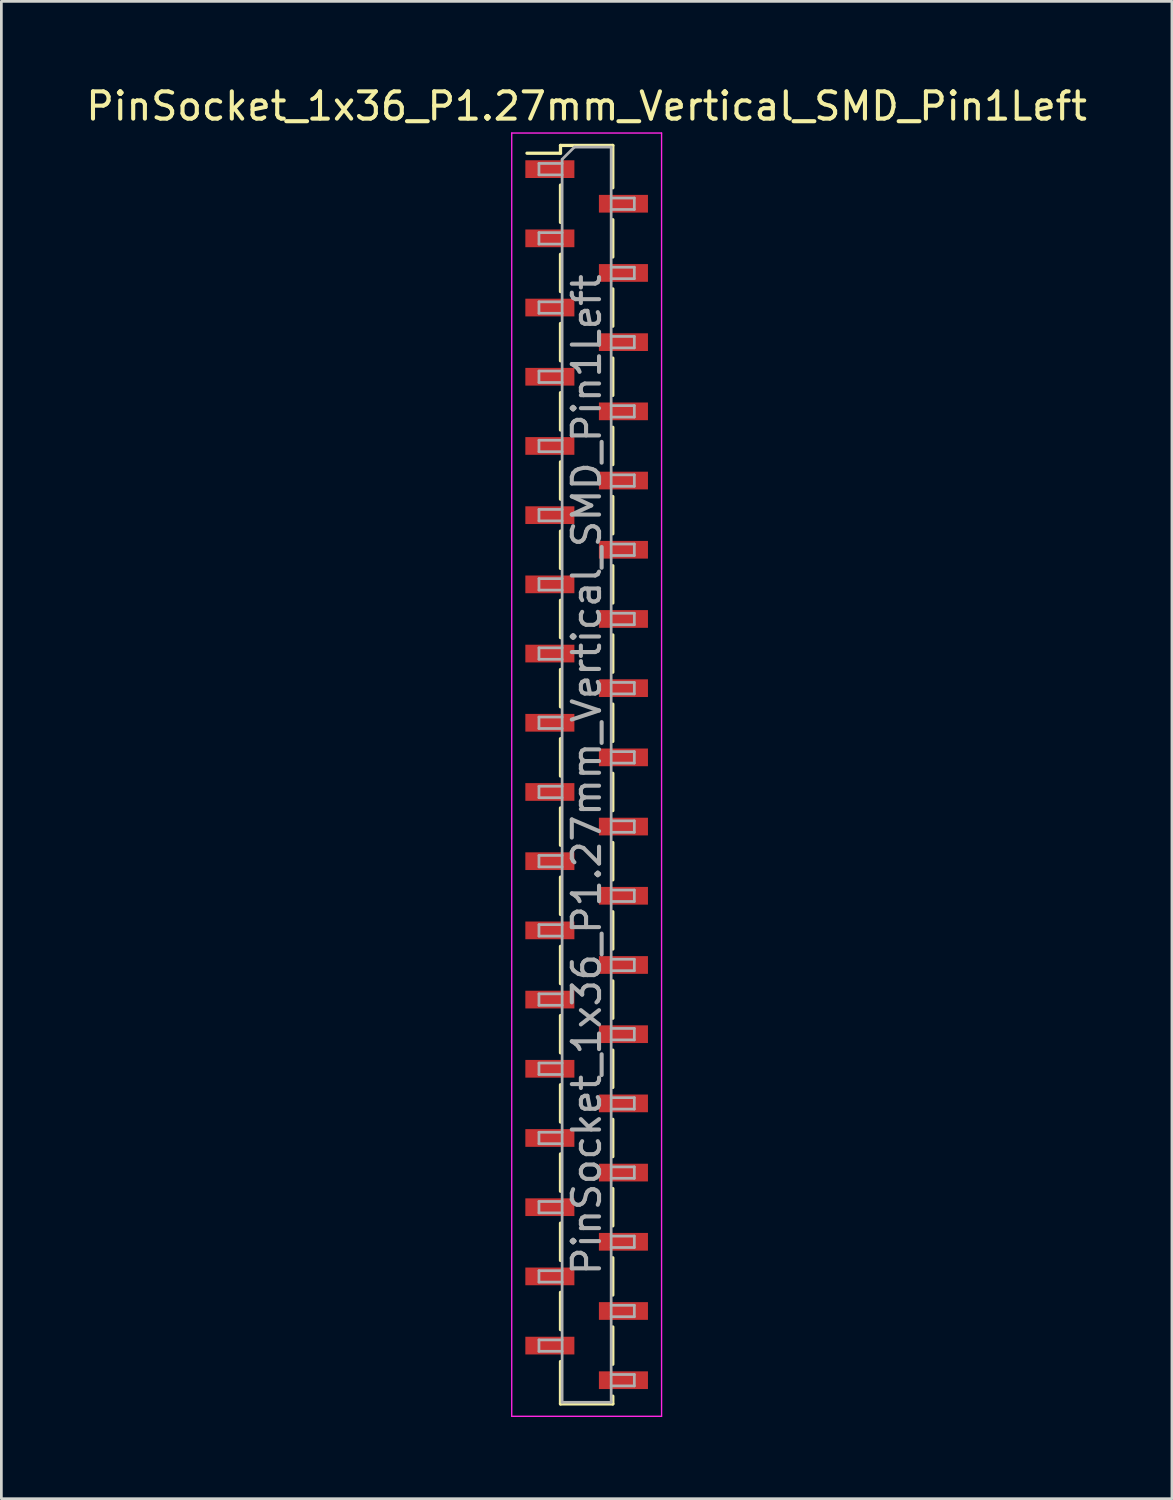
<source format=kicad_pcb>
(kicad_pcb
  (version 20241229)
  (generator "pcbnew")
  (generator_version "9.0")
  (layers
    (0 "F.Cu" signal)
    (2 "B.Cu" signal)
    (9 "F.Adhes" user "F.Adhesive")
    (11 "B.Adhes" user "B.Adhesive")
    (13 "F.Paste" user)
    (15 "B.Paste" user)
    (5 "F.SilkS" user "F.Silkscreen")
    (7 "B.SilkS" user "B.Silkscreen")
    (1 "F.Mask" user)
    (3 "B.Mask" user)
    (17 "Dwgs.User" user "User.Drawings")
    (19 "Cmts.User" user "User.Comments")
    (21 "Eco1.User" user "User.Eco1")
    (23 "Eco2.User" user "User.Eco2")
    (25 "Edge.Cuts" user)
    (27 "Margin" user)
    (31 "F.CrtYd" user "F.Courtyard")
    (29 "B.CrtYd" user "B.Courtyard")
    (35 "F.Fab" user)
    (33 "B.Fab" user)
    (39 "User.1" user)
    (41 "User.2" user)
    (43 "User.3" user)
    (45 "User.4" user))
  (footprint "PinSocket_1x36_P1.27mm_Vertical_SMD_Pin1Left"
    (layer "F.Cu")
    (at 18.482 25.383)
    (property "Reference" "PinSocket_1x36_P1.27mm_Vertical_SMD_Pin1Left" (at 0 -24.535 0) (layer "F.SilkS") (effects (font (size 1 1) (thickness 0.15))))
    (attr smd)
    (fp_line (start -2.19 -22.81) (end -0.96 -22.81) (stroke (width 0.12) (type solid)) (layer "F.SilkS"))
    (fp_line (start -0.96 -23.095) (end -0.96 -22.81) (stroke (width 0.12) (type solid)) (layer "F.SilkS"))
    (fp_line (start -0.96 -23.095) (end 0.96 -23.095) (stroke (width 0.12) (type solid)) (layer "F.SilkS"))
    (fp_line (start -0.96 -21.64) (end -0.96 -20.27) (stroke (width 0.12) (type solid)) (layer "F.SilkS"))
    (fp_line (start -0.96 -19.1) (end -0.96 -17.73) (stroke (width 0.12) (type solid)) (layer "F.SilkS"))
    (fp_line (start -0.96 -16.56) (end -0.96 -15.19) (stroke (width 0.12) (type solid)) (layer "F.SilkS"))
    (fp_line (start -0.96 -14.02) (end -0.96 -12.65) (stroke (width 0.12) (type solid)) (layer "F.SilkS"))
    (fp_line (start -0.96 -11.48) (end -0.96 -10.11) (stroke (width 0.12) (type solid)) (layer "F.SilkS"))
    (fp_line (start -0.96 -8.94) (end -0.96 -7.57) (stroke (width 0.12) (type solid)) (layer "F.SilkS"))
    (fp_line (start -0.96 -6.4) (end -0.96 -5.03) (stroke (width 0.12) (type solid)) (layer "F.SilkS"))
    (fp_line (start -0.96 -3.86) (end -0.96 -2.49) (stroke (width 0.12) (type solid)) (layer "F.SilkS"))
    (fp_line (start -0.96 -1.32) (end -0.96 0.05) (stroke (width 0.12) (type solid)) (layer "F.SilkS"))
    (fp_line (start -0.96 1.22) (end -0.96 2.59) (stroke (width 0.12) (type solid)) (layer "F.SilkS"))
    (fp_line (start -0.96 3.76) (end -0.96 5.13) (stroke (width 0.12) (type solid)) (layer "F.SilkS"))
    (fp_line (start -0.96 6.3) (end -0.96 7.67) (stroke (width 0.12) (type solid)) (layer "F.SilkS"))
    (fp_line (start -0.96 8.84) (end -0.96 10.21) (stroke (width 0.12) (type solid)) (layer "F.SilkS"))
    (fp_line (start -0.96 11.38) (end -0.96 12.75) (stroke (width 0.12) (type solid)) (layer "F.SilkS"))
    (fp_line (start -0.96 13.92) (end -0.96 15.29) (stroke (width 0.12) (type solid)) (layer "F.SilkS"))
    (fp_line (start -0.96 16.46) (end -0.96 17.83) (stroke (width 0.12) (type solid)) (layer "F.SilkS"))
    (fp_line (start -0.96 19) (end -0.96 20.37) (stroke (width 0.12) (type solid)) (layer "F.SilkS"))
    (fp_line (start -0.96 21.54) (end -0.96 23.095) (stroke (width 0.12) (type solid)) (layer "F.SilkS"))
    (fp_line (start -0.96 23.095) (end 0.96 23.095) (stroke (width 0.12) (type solid)) (layer "F.SilkS"))
    (fp_line (start 0.96 -23.095) (end 0.96 -21.54) (stroke (width 0.12) (type solid)) (layer "F.SilkS"))
    (fp_line (start 0.96 -20.37) (end 0.96 -19) (stroke (width 0.12) (type solid)) (layer "F.SilkS"))
    (fp_line (start 0.96 -17.83) (end 0.96 -16.46) (stroke (width 0.12) (type solid)) (layer "F.SilkS"))
    (fp_line (start 0.96 -15.29) (end 0.96 -13.92) (stroke (width 0.12) (type solid)) (layer "F.SilkS"))
    (fp_line (start 0.96 -12.75) (end 0.96 -11.38) (stroke (width 0.12) (type solid)) (layer "F.SilkS"))
    (fp_line (start 0.96 -10.21) (end 0.96 -8.84) (stroke (width 0.12) (type solid)) (layer "F.SilkS"))
    (fp_line (start 0.96 -7.67) (end 0.96 -6.3) (stroke (width 0.12) (type solid)) (layer "F.SilkS"))
    (fp_line (start 0.96 -5.13) (end 0.96 -3.76) (stroke (width 0.12) (type solid)) (layer "F.SilkS"))
    (fp_line (start 0.96 -2.59) (end 0.96 -1.22) (stroke (width 0.12) (type solid)) (layer "F.SilkS"))
    (fp_line (start 0.96 -0.05) (end 0.96 1.32) (stroke (width 0.12) (type solid)) (layer "F.SilkS"))
    (fp_line (start 0.96 2.49) (end 0.96 3.86) (stroke (width 0.12) (type solid)) (layer "F.SilkS"))
    (fp_line (start 0.96 5.03) (end 0.96 6.4) (stroke (width 0.12) (type solid)) (layer "F.SilkS"))
    (fp_line (start 0.96 7.57) (end 0.96 8.94) (stroke (width 0.12) (type solid)) (layer "F.SilkS"))
    (fp_line (start 0.96 10.11) (end 0.96 11.48) (stroke (width 0.12) (type solid)) (layer "F.SilkS"))
    (fp_line (start 0.96 12.65) (end 0.96 14.02) (stroke (width 0.12) (type solid)) (layer "F.SilkS"))
    (fp_line (start 0.96 15.19) (end 0.96 16.56) (stroke (width 0.12) (type solid)) (layer "F.SilkS"))
    (fp_line (start 0.96 17.73) (end 0.96 19.1) (stroke (width 0.12) (type solid)) (layer "F.SilkS"))
    (fp_line (start 0.96 20.27) (end 0.96 21.64) (stroke (width 0.12) (type solid)) (layer "F.SilkS"))
    (fp_line (start 0.96 22.81) (end 0.96 23.095) (stroke (width 0.12) (type solid)) (layer "F.SilkS"))
    (fp_line (start -2.75 -23.55) (end 2.75 -23.55) (stroke (width 0.05) (type solid)) (layer "F.CrtYd"))
    (fp_line (start -2.75 23.55) (end -2.75 -23.55) (stroke (width 0.05) (type solid)) (layer "F.CrtYd"))
    (fp_line (start 2.75 -23.55) (end 2.75 23.55) (stroke (width 0.05) (type solid)) (layer "F.CrtYd"))
    (fp_line (start 2.75 23.55) (end -2.75 23.55) (stroke (width 0.05) (type solid)) (layer "F.CrtYd"))
    (fp_line (start -1.75 -22.435) (end -0.9 -22.435) (stroke (width 0.1) (type solid)) (layer "F.Fab"))
    (fp_line (start -1.75 -22.015) (end -1.75 -22.435) (stroke (width 0.1) (type solid)) (layer "F.Fab"))
    (fp_line (start -1.75 -19.895) (end -0.9 -19.895) (stroke (width 0.1) (type solid)) (layer "F.Fab"))
    (fp_line (start -1.75 -19.475) (end -1.75 -19.895) (stroke (width 0.1) (type solid)) (layer "F.Fab"))
    (fp_line (start -1.75 -17.355) (end -0.9 -17.355) (stroke (width 0.1) (type solid)) (layer "F.Fab"))
    (fp_line (start -1.75 -16.935) (end -1.75 -17.355) (stroke (width 0.1) (type solid)) (layer "F.Fab"))
    (fp_line (start -1.75 -14.815) (end -0.9 -14.815) (stroke (width 0.1) (type solid)) (layer "F.Fab"))
    (fp_line (start -1.75 -14.395) (end -1.75 -14.815) (stroke (width 0.1) (type solid)) (layer "F.Fab"))
    (fp_line (start -1.75 -12.275) (end -0.9 -12.275) (stroke (width 0.1) (type solid)) (layer "F.Fab"))
    (fp_line (start -1.75 -11.855) (end -1.75 -12.275) (stroke (width 0.1) (type solid)) (layer "F.Fab"))
    (fp_line (start -1.75 -9.735) (end -0.9 -9.735) (stroke (width 0.1) (type solid)) (layer "F.Fab"))
    (fp_line (start -1.75 -9.315) (end -1.75 -9.735) (stroke (width 0.1) (type solid)) (layer "F.Fab"))
    (fp_line (start -1.75 -7.195) (end -0.9 -7.195) (stroke (width 0.1) (type solid)) (layer "F.Fab"))
    (fp_line (start -1.75 -6.775) (end -1.75 -7.195) (stroke (width 0.1) (type solid)) (layer "F.Fab"))
    (fp_line (start -1.75 -4.655) (end -0.9 -4.655) (stroke (width 0.1) (type solid)) (layer "F.Fab"))
    (fp_line (start -1.75 -4.235) (end -1.75 -4.655) (stroke (width 0.1) (type solid)) (layer "F.Fab"))
    (fp_line (start -1.75 -2.115) (end -0.9 -2.115) (stroke (width 0.1) (type solid)) (layer "F.Fab"))
    (fp_line (start -1.75 -1.695) (end -1.75 -2.115) (stroke (width 0.1) (type solid)) (layer "F.Fab"))
    (fp_line (start -1.75 0.425) (end -0.9 0.425) (stroke (width 0.1) (type solid)) (layer "F.Fab"))
    (fp_line (start -1.75 0.845) (end -1.75 0.425) (stroke (width 0.1) (type solid)) (layer "F.Fab"))
    (fp_line (start -1.75 2.965) (end -0.9 2.965) (stroke (width 0.1) (type solid)) (layer "F.Fab"))
    (fp_line (start -1.75 3.385) (end -1.75 2.965) (stroke (width 0.1) (type solid)) (layer "F.Fab"))
    (fp_line (start -1.75 5.505) (end -0.9 5.505) (stroke (width 0.1) (type solid)) (layer "F.Fab"))
    (fp_line (start -1.75 5.925) (end -1.75 5.505) (stroke (width 0.1) (type solid)) (layer "F.Fab"))
    (fp_line (start -1.75 8.045) (end -0.9 8.045) (stroke (width 0.1) (type solid)) (layer "F.Fab"))
    (fp_line (start -1.75 8.465) (end -1.75 8.045) (stroke (width 0.1) (type solid)) (layer "F.Fab"))
    (fp_line (start -1.75 10.585) (end -0.9 10.585) (stroke (width 0.1) (type solid)) (layer "F.Fab"))
    (fp_line (start -1.75 11.005) (end -1.75 10.585) (stroke (width 0.1) (type solid)) (layer "F.Fab"))
    (fp_line (start -1.75 13.125) (end -0.9 13.125) (stroke (width 0.1) (type solid)) (layer "F.Fab"))
    (fp_line (start -1.75 13.545) (end -1.75 13.125) (stroke (width 0.1) (type solid)) (layer "F.Fab"))
    (fp_line (start -1.75 15.665) (end -0.9 15.665) (stroke (width 0.1) (type solid)) (layer "F.Fab"))
    (fp_line (start -1.75 16.085) (end -1.75 15.665) (stroke (width 0.1) (type solid)) (layer "F.Fab"))
    (fp_line (start -1.75 18.205) (end -0.9 18.205) (stroke (width 0.1) (type solid)) (layer "F.Fab"))
    (fp_line (start -1.75 18.625) (end -1.75 18.205) (stroke (width 0.1) (type solid)) (layer "F.Fab"))
    (fp_line (start -1.75 20.745) (end -0.9 20.745) (stroke (width 0.1) (type solid)) (layer "F.Fab"))
    (fp_line (start -1.75 21.165) (end -1.75 20.745) (stroke (width 0.1) (type solid)) (layer "F.Fab"))
    (fp_line (start -0.9 -22.585) (end -0.45 -23.035) (stroke (width 0.1) (type solid)) (layer "F.Fab"))
    (fp_line (start -0.9 -22.015) (end -1.75 -22.015) (stroke (width 0.1) (type solid)) (layer "F.Fab"))
    (fp_line (start -0.9 -19.475) (end -1.75 -19.475) (stroke (width 0.1) (type solid)) (layer "F.Fab"))
    (fp_line (start -0.9 -16.935) (end -1.75 -16.935) (stroke (width 0.1) (type solid)) (layer "F.Fab"))
    (fp_line (start -0.9 -14.395) (end -1.75 -14.395) (stroke (width 0.1) (type solid)) (layer "F.Fab"))
    (fp_line (start -0.9 -11.855) (end -1.75 -11.855) (stroke (width 0.1) (type solid)) (layer "F.Fab"))
    (fp_line (start -0.9 -9.315) (end -1.75 -9.315) (stroke (width 0.1) (type solid)) (layer "F.Fab"))
    (fp_line (start -0.9 -6.775) (end -1.75 -6.775) (stroke (width 0.1) (type solid)) (layer "F.Fab"))
    (fp_line (start -0.9 -4.235) (end -1.75 -4.235) (stroke (width 0.1) (type solid)) (layer "F.Fab"))
    (fp_line (start -0.9 -1.695) (end -1.75 -1.695) (stroke (width 0.1) (type solid)) (layer "F.Fab"))
    (fp_line (start -0.9 0.845) (end -1.75 0.845) (stroke (width 0.1) (type solid)) (layer "F.Fab"))
    (fp_line (start -0.9 3.385) (end -1.75 3.385) (stroke (width 0.1) (type solid)) (layer "F.Fab"))
    (fp_line (start -0.9 5.925) (end -1.75 5.925) (stroke (width 0.1) (type solid)) (layer "F.Fab"))
    (fp_line (start -0.9 8.465) (end -1.75 8.465) (stroke (width 0.1) (type solid)) (layer "F.Fab"))
    (fp_line (start -0.9 11.005) (end -1.75 11.005) (stroke (width 0.1) (type solid)) (layer "F.Fab"))
    (fp_line (start -0.9 13.545) (end -1.75 13.545) (stroke (width 0.1) (type solid)) (layer "F.Fab"))
    (fp_line (start -0.9 16.085) (end -1.75 16.085) (stroke (width 0.1) (type solid)) (layer "F.Fab"))
    (fp_line (start -0.9 18.625) (end -1.75 18.625) (stroke (width 0.1) (type solid)) (layer "F.Fab"))
    (fp_line (start -0.9 21.165) (end -1.75 21.165) (stroke (width 0.1) (type solid)) (layer "F.Fab"))
    (fp_line (start -0.9 23.035) (end -0.9 -22.585) (stroke (width 0.1) (type solid)) (layer "F.Fab"))
    (fp_line (start -0.45 -23.035) (end 0.9 -23.035) (stroke (width 0.1) (type solid)) (layer "F.Fab"))
    (fp_line (start 0.9 -23.035) (end 0.9 23.035) (stroke (width 0.1) (type solid)) (layer "F.Fab"))
    (fp_line (start 0.9 -21.165) (end 1.75 -21.165) (stroke (width 0.1) (type solid)) (layer "F.Fab"))
    (fp_line (start 0.9 -18.625) (end 1.75 -18.625) (stroke (width 0.1) (type solid)) (layer "F.Fab"))
    (fp_line (start 0.9 -16.085) (end 1.75 -16.085) (stroke (width 0.1) (type solid)) (layer "F.Fab"))
    (fp_line (start 0.9 -13.545) (end 1.75 -13.545) (stroke (width 0.1) (type solid)) (layer "F.Fab"))
    (fp_line (start 0.9 -11.005) (end 1.75 -11.005) (stroke (width 0.1) (type solid)) (layer "F.Fab"))
    (fp_line (start 0.9 -8.465) (end 1.75 -8.465) (stroke (width 0.1) (type solid)) (layer "F.Fab"))
    (fp_line (start 0.9 -5.925) (end 1.75 -5.925) (stroke (width 0.1) (type solid)) (layer "F.Fab"))
    (fp_line (start 0.9 -3.385) (end 1.75 -3.385) (stroke (width 0.1) (type solid)) (layer "F.Fab"))
    (fp_line (start 0.9 -0.845) (end 1.75 -0.845) (stroke (width 0.1) (type solid)) (layer "F.Fab"))
    (fp_line (start 0.9 1.695) (end 1.75 1.695) (stroke (width 0.1) (type solid)) (layer "F.Fab"))
    (fp_line (start 0.9 4.235) (end 1.75 4.235) (stroke (width 0.1) (type solid)) (layer "F.Fab"))
    (fp_line (start 0.9 6.775) (end 1.75 6.775) (stroke (width 0.1) (type solid)) (layer "F.Fab"))
    (fp_line (start 0.9 9.315) (end 1.75 9.315) (stroke (width 0.1) (type solid)) (layer "F.Fab"))
    (fp_line (start 0.9 11.855) (end 1.75 11.855) (stroke (width 0.1) (type solid)) (layer "F.Fab"))
    (fp_line (start 0.9 14.395) (end 1.75 14.395) (stroke (width 0.1) (type solid)) (layer "F.Fab"))
    (fp_line (start 0.9 16.935) (end 1.75 16.935) (stroke (width 0.1) (type solid)) (layer "F.Fab"))
    (fp_line (start 0.9 19.475) (end 1.75 19.475) (stroke (width 0.1) (type solid)) (layer "F.Fab"))
    (fp_line (start 0.9 22.015) (end 1.75 22.015) (stroke (width 0.1) (type solid)) (layer "F.Fab"))
    (fp_line (start 0.9 23.035) (end -0.9 23.035) (stroke (width 0.1) (type solid)) (layer "F.Fab"))
    (fp_line (start 1.75 -21.165) (end 1.75 -20.745) (stroke (width 0.1) (type solid)) (layer "F.Fab"))
    (fp_line (start 1.75 -20.745) (end 0.9 -20.745) (stroke (width 0.1) (type solid)) (layer "F.Fab"))
    (fp_line (start 1.75 -18.625) (end 1.75 -18.205) (stroke (width 0.1) (type solid)) (layer "F.Fab"))
    (fp_line (start 1.75 -18.205) (end 0.9 -18.205) (stroke (width 0.1) (type solid)) (layer "F.Fab"))
    (fp_line (start 1.75 -16.085) (end 1.75 -15.665) (stroke (width 0.1) (type solid)) (layer "F.Fab"))
    (fp_line (start 1.75 -15.665) (end 0.9 -15.665) (stroke (width 0.1) (type solid)) (layer "F.Fab"))
    (fp_line (start 1.75 -13.545) (end 1.75 -13.125) (stroke (width 0.1) (type solid)) (layer "F.Fab"))
    (fp_line (start 1.75 -13.125) (end 0.9 -13.125) (stroke (width 0.1) (type solid)) (layer "F.Fab"))
    (fp_line (start 1.75 -11.005) (end 1.75 -10.585) (stroke (width 0.1) (type solid)) (layer "F.Fab"))
    (fp_line (start 1.75 -10.585) (end 0.9 -10.585) (stroke (width 0.1) (type solid)) (layer "F.Fab"))
    (fp_line (start 1.75 -8.465) (end 1.75 -8.045) (stroke (width 0.1) (type solid)) (layer "F.Fab"))
    (fp_line (start 1.75 -8.045) (end 0.9 -8.045) (stroke (width 0.1) (type solid)) (layer "F.Fab"))
    (fp_line (start 1.75 -5.925) (end 1.75 -5.505) (stroke (width 0.1) (type solid)) (layer "F.Fab"))
    (fp_line (start 1.75 -5.505) (end 0.9 -5.505) (stroke (width 0.1) (type solid)) (layer "F.Fab"))
    (fp_line (start 1.75 -3.385) (end 1.75 -2.965) (stroke (width 0.1) (type solid)) (layer "F.Fab"))
    (fp_line (start 1.75 -2.965) (end 0.9 -2.965) (stroke (width 0.1) (type solid)) (layer "F.Fab"))
    (fp_line (start 1.75 -0.845) (end 1.75 -0.425) (stroke (width 0.1) (type solid)) (layer "F.Fab"))
    (fp_line (start 1.75 -0.425) (end 0.9 -0.425) (stroke (width 0.1) (type solid)) (layer "F.Fab"))
    (fp_line (start 1.75 1.695) (end 1.75 2.115) (stroke (width 0.1) (type solid)) (layer "F.Fab"))
    (fp_line (start 1.75 2.115) (end 0.9 2.115) (stroke (width 0.1) (type solid)) (layer "F.Fab"))
    (fp_line (start 1.75 4.235) (end 1.75 4.655) (stroke (width 0.1) (type solid)) (layer "F.Fab"))
    (fp_line (start 1.75 4.655) (end 0.9 4.655) (stroke (width 0.1) (type solid)) (layer "F.Fab"))
    (fp_line (start 1.75 6.775) (end 1.75 7.195) (stroke (width 0.1) (type solid)) (layer "F.Fab"))
    (fp_line (start 1.75 7.195) (end 0.9 7.195) (stroke (width 0.1) (type solid)) (layer "F.Fab"))
    (fp_line (start 1.75 9.315) (end 1.75 9.735) (stroke (width 0.1) (type solid)) (layer "F.Fab"))
    (fp_line (start 1.75 9.735) (end 0.9 9.735) (stroke (width 0.1) (type solid)) (layer "F.Fab"))
    (fp_line (start 1.75 11.855) (end 1.75 12.275) (stroke (width 0.1) (type solid)) (layer "F.Fab"))
    (fp_line (start 1.75 12.275) (end 0.9 12.275) (stroke (width 0.1) (type solid)) (layer "F.Fab"))
    (fp_line (start 1.75 14.395) (end 1.75 14.815) (stroke (width 0.1) (type solid)) (layer "F.Fab"))
    (fp_line (start 1.75 14.815) (end 0.9 14.815) (stroke (width 0.1) (type solid)) (layer "F.Fab"))
    (fp_line (start 1.75 16.935) (end 1.75 17.355) (stroke (width 0.1) (type solid)) (layer "F.Fab"))
    (fp_line (start 1.75 17.355) (end 0.9 17.355) (stroke (width 0.1) (type solid)) (layer "F.Fab"))
    (fp_line (start 1.75 19.475) (end 1.75 19.895) (stroke (width 0.1) (type solid)) (layer "F.Fab"))
    (fp_line (start 1.75 19.895) (end 0.9 19.895) (stroke (width 0.1) (type solid)) (layer "F.Fab"))
    (fp_line (start 1.75 22.015) (end 1.75 22.435) (stroke (width 0.1) (type solid)) (layer "F.Fab"))
    (fp_line (start 1.75 22.435) (end 0.9 22.435) (stroke (width 0.1) (type solid)) (layer "F.Fab"))
    (fp_text user "${REFERENCE}" (at 0 0 90) (layer "F.Fab") (effects (font (size 1 1) (thickness 0.15))))
    (pad "1" smd rect (at -1.35 -22.225) (size 1.8 0.65) (layers "F.Cu" "F.Mask" "F.Paste"))
    (pad "2" smd rect (at 1.35 -20.955) (size 1.8 0.65) (layers "F.Cu" "F.Mask" "F.Paste"))
    (pad "3" smd rect (at -1.35 -19.685) (size 1.8 0.65) (layers "F.Cu" "F.Mask" "F.Paste"))
    (pad "4" smd rect (at 1.35 -18.415) (size 1.8 0.65) (layers "F.Cu" "F.Mask" "F.Paste"))
    (pad "5" smd rect (at -1.35 -17.145) (size 1.8 0.65) (layers "F.Cu" "F.Mask" "F.Paste"))
    (pad "6" smd rect (at 1.35 -15.875) (size 1.8 0.65) (layers "F.Cu" "F.Mask" "F.Paste"))
    (pad "7" smd rect (at -1.35 -14.605) (size 1.8 0.65) (layers "F.Cu" "F.Mask" "F.Paste"))
    (pad "8" smd rect (at 1.35 -13.335) (size 1.8 0.65) (layers "F.Cu" "F.Mask" "F.Paste"))
    (pad "9" smd rect (at -1.35 -12.065) (size 1.8 0.65) (layers "F.Cu" "F.Mask" "F.Paste"))
    (pad "10" smd rect (at 1.35 -10.795) (size 1.8 0.65) (layers "F.Cu" "F.Mask" "F.Paste"))
    (pad "11" smd rect (at -1.35 -9.525) (size 1.8 0.65) (layers "F.Cu" "F.Mask" "F.Paste"))
    (pad "12" smd rect (at 1.35 -8.255) (size 1.8 0.65) (layers "F.Cu" "F.Mask" "F.Paste"))
    (pad "13" smd rect (at -1.35 -6.985) (size 1.8 0.65) (layers "F.Cu" "F.Mask" "F.Paste"))
    (pad "14" smd rect (at 1.35 -5.715) (size 1.8 0.65) (layers "F.Cu" "F.Mask" "F.Paste"))
    (pad "15" smd rect (at -1.35 -4.445) (size 1.8 0.65) (layers "F.Cu" "F.Mask" "F.Paste"))
    (pad "16" smd rect (at 1.35 -3.175) (size 1.8 0.65) (layers "F.Cu" "F.Mask" "F.Paste"))
    (pad "17" smd rect (at -1.35 -1.905) (size 1.8 0.65) (layers "F.Cu" "F.Mask" "F.Paste"))
    (pad "18" smd rect (at 1.35 -0.635) (size 1.8 0.65) (layers "F.Cu" "F.Mask" "F.Paste"))
    (pad "19" smd rect (at -1.35 0.635) (size 1.8 0.65) (layers "F.Cu" "F.Mask" "F.Paste"))
    (pad "20" smd rect (at 1.35 1.905) (size 1.8 0.65) (layers "F.Cu" "F.Mask" "F.Paste"))
    (pad "21" smd rect (at -1.35 3.175) (size 1.8 0.65) (layers "F.Cu" "F.Mask" "F.Paste"))
    (pad "22" smd rect (at 1.35 4.445) (size 1.8 0.65) (layers "F.Cu" "F.Mask" "F.Paste"))
    (pad "23" smd rect (at -1.35 5.715) (size 1.8 0.65) (layers "F.Cu" "F.Mask" "F.Paste"))
    (pad "24" smd rect (at 1.35 6.985) (size 1.8 0.65) (layers "F.Cu" "F.Mask" "F.Paste"))
    (pad "25" smd rect (at -1.35 8.255) (size 1.8 0.65) (layers "F.Cu" "F.Mask" "F.Paste"))
    (pad "26" smd rect (at 1.35 9.525) (size 1.8 0.65) (layers "F.Cu" "F.Mask" "F.Paste"))
    (pad "27" smd rect (at -1.35 10.795) (size 1.8 0.65) (layers "F.Cu" "F.Mask" "F.Paste"))
    (pad "28" smd rect (at 1.35 12.065) (size 1.8 0.65) (layers "F.Cu" "F.Mask" "F.Paste"))
    (pad "29" smd rect (at -1.35 13.335) (size 1.8 0.65) (layers "F.Cu" "F.Mask" "F.Paste"))
    (pad "30" smd rect (at 1.35 14.605) (size 1.8 0.65) (layers "F.Cu" "F.Mask" "F.Paste"))
    (pad "31" smd rect (at -1.35 15.875) (size 1.8 0.65) (layers "F.Cu" "F.Mask" "F.Paste"))
    (pad "32" smd rect (at 1.35 17.145) (size 1.8 0.65) (layers "F.Cu" "F.Mask" "F.Paste"))
    (pad "33" smd rect (at -1.35 18.415) (size 1.8 0.65) (layers "F.Cu" "F.Mask" "F.Paste"))
    (pad "34" smd rect (at 1.35 19.685) (size 1.8 0.65) (layers "F.Cu" "F.Mask" "F.Paste"))
    (pad "35" smd rect (at -1.35 20.955) (size 1.8 0.65) (layers "F.Cu" "F.Mask" "F.Paste"))
    (pad "36" smd rect (at 1.35 22.225) (size 1.8 0.65) (layers "F.Cu" "F.Mask" "F.Paste")))
  (gr_rect
    (start -3 -3)
    (end 39.964 51.958)
    (stroke (width 0.1) (type default))
    (fill no)
    (layer "Edge.Cuts")))
</source>
